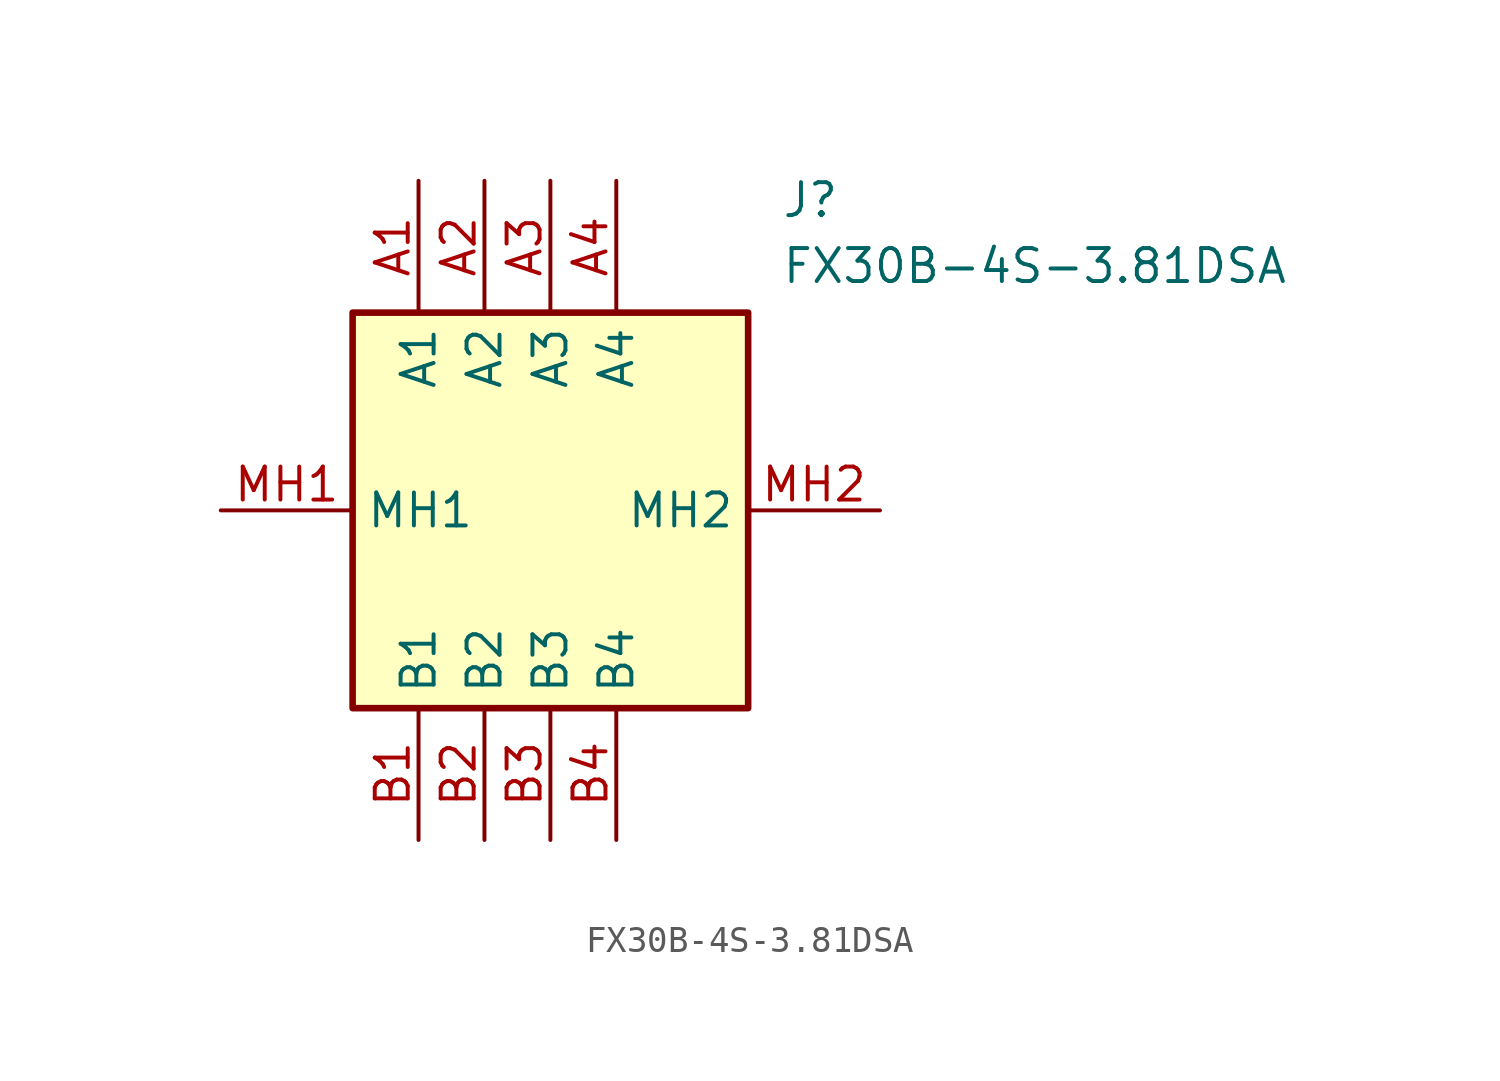
<source format=kicad_sym>
(kicad_symbol_lib
  (version 20220914)
  (generator kicad_symbol_editor)
  (symbol "FX30B-4S-3.81DSA"
    (property "Reference" "J"
      (at 21.59 12.7 0)
      (effects (font (size 1.27 1.27)) (justify left top)))
    (property "Value" "FX30B-4S-3.81DSA"
      (at 21.59 10.16 0)
      (effects (font (size 1.27 1.27)) (justify left top)))
    (symbol "FX30B-4S-3.81DSA_1_1"
      (rectangle (start 5.08 7.62) (end 20.32 -7.62) (stroke (width 0.254) (type default)) (fill (type background)))
      (pin passive line (at 7.62 12.7 270) (length 5.08) (name "A1" (effects (font (size 1.27 1.27)))) (number "A1" (effects (font (size 1.27 1.27)))))
      (pin passive line (at 10.16 12.7 270) (length 5.08) (name "A2" (effects (font (size 1.27 1.27)))) (number "A2" (effects (font (size 1.27 1.27)))))
      (pin passive line (at 12.7 12.7 270) (length 5.08) (name "A3" (effects (font (size 1.27 1.27)))) (number "A3" (effects (font (size 1.27 1.27)))))
      (pin passive line (at 15.24 12.7 270) (length 5.08) (name "A4" (effects (font (size 1.27 1.27)))) (number "A4" (effects (font (size 1.27 1.27)))))
      (pin passive line (at 7.62 -12.7 90) (length 5.08) (name "B1" (effects (font (size 1.27 1.27)))) (number "B1" (effects (font (size 1.27 1.27)))))
      (pin passive line (at 10.16 -12.7 90) (length 5.08) (name "B2" (effects (font (size 1.27 1.27)))) (number "B2" (effects (font (size 1.27 1.27)))))
      (pin passive line (at 12.7 -12.7 90) (length 5.08) (name "B3" (effects (font (size 1.27 1.27)))) (number "B3" (effects (font (size 1.27 1.27)))))
      (pin passive line (at 15.24 -12.7 90) (length 5.08) (name "B4" (effects (font (size 1.27 1.27)))) (number "B4" (effects (font (size 1.27 1.27)))))
      (pin passive line (at 0 0 0) (length 5.08) (name "MH1" (effects (font (size 1.27 1.27)))) (number "MH1" (effects (font (size 1.27 1.27)))))
      (pin passive line (at 25.4 0 180) (length 5.08) (name "MH2" (effects (font (size 1.27 1.27)))) (number "MH2" (effects (font (size 1.27 1.27))))))))
</source>
